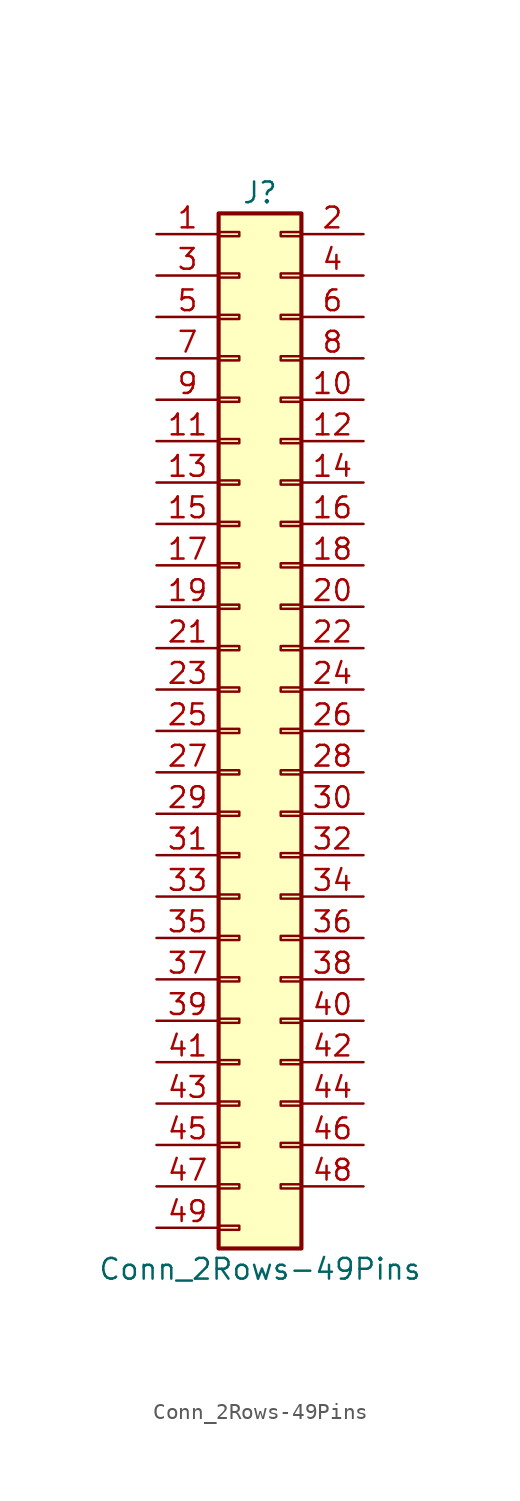
<source format=kicad_sym>
(kicad_symbol_lib
  (version 20201005)
  (generator kicad_symbol_editor)
  (symbol "Conn_2Rows-49Pins"
    (pin_names
      (offset 1.016) hide)
    (property "Reference" "J"
      (at 1.27 33.02 0)
      (effects (font (size 1.27 1.27))))
    (property "Value" "Conn_2Rows-49Pins"
      (at 1.27 -33.02 0)
      (effects (font (size 1.27 1.27))))
    (symbol "Conn_2Rows-49Pins_1_1"
      (rectangle (start -1.27 -30.353) (end 0 -30.607) (stroke (width 0.152)) (fill (type none)))
      (rectangle (start -1.27 -27.813) (end 0 -28.067) (stroke (width 0.152)) (fill (type none)))
      (rectangle (start -1.27 -25.273) (end 0 -25.527) (stroke (width 0.152)) (fill (type none)))
      (rectangle (start -1.27 -22.733) (end 0 -22.987) (stroke (width 0.152)) (fill (type none)))
      (rectangle (start -1.27 -20.193) (end 0 -20.447) (stroke (width 0.152)) (fill (type none)))
      (rectangle (start -1.27 -17.653) (end 0 -17.907) (stroke (width 0.152)) (fill (type none)))
      (rectangle (start -1.27 -15.113) (end 0 -15.367) (stroke (width 0.152)) (fill (type none)))
      (rectangle (start -1.27 -12.573) (end 0 -12.827) (stroke (width 0.152)) (fill (type none)))
      (rectangle (start -1.27 -10.033) (end 0 -10.287) (stroke (width 0.152)) (fill (type none)))
      (rectangle (start -1.27 -7.493) (end 0 -7.747) (stroke (width 0.152)) (fill (type none)))
      (rectangle (start -1.27 -4.953) (end 0 -5.207) (stroke (width 0.152)) (fill (type none)))
      (rectangle (start -1.27 -2.413) (end 0 -2.667) (stroke (width 0.152)) (fill (type none)))
      (rectangle (start -1.27 0.127) (end 0 -0.127) (stroke (width 0.152)) (fill (type none)))
      (rectangle (start -1.27 2.667) (end 0 2.413) (stroke (width 0.152)) (fill (type none)))
      (rectangle (start -1.27 5.207) (end 0 4.953) (stroke (width 0.152)) (fill (type none)))
      (rectangle (start -1.27 7.747) (end 0 7.493) (stroke (width 0.152)) (fill (type none)))
      (rectangle (start -1.27 10.287) (end 0 10.033) (stroke (width 0.152)) (fill (type none)))
      (rectangle (start -1.27 12.827) (end 0 12.573) (stroke (width 0.152)) (fill (type none)))
      (rectangle (start -1.27 15.367) (end 0 15.113) (stroke (width 0.152)) (fill (type none)))
      (rectangle (start -1.27 17.907) (end 0 17.653) (stroke (width 0.152)) (fill (type none)))
      (rectangle (start -1.27 20.447) (end 0 20.193) (stroke (width 0.152)) (fill (type none)))
      (rectangle (start -1.27 22.987) (end 0 22.733) (stroke (width 0.152)) (fill (type none)))
      (rectangle (start -1.27 25.527) (end 0 25.273) (stroke (width 0.152)) (fill (type none)))
      (rectangle (start -1.27 28.067) (end 0 27.813) (stroke (width 0.152)) (fill (type none)))
      (rectangle (start -1.27 30.607) (end 0 30.353) (stroke (width 0.152)) (fill (type none)))
      (rectangle (start -1.27 31.75) (end 3.81 -31.75) (stroke (width 0.254)) (fill (type background)))
      (rectangle (start 3.81 -27.813) (end 2.54 -28.067) (stroke (width 0.152)) (fill (type none)))
      (rectangle (start 3.81 -25.273) (end 2.54 -25.527) (stroke (width 0.152)) (fill (type none)))
      (rectangle (start 3.81 -22.733) (end 2.54 -22.987) (stroke (width 0.152)) (fill (type none)))
      (rectangle (start 3.81 -20.193) (end 2.54 -20.447) (stroke (width 0.152)) (fill (type none)))
      (rectangle (start 3.81 -17.653) (end 2.54 -17.907) (stroke (width 0.152)) (fill (type none)))
      (rectangle (start 3.81 -15.113) (end 2.54 -15.367) (stroke (width 0.152)) (fill (type none)))
      (rectangle (start 3.81 -12.573) (end 2.54 -12.827) (stroke (width 0.152)) (fill (type none)))
      (rectangle (start 3.81 -10.033) (end 2.54 -10.287) (stroke (width 0.152)) (fill (type none)))
      (rectangle (start 3.81 -7.493) (end 2.54 -7.747) (stroke (width 0.152)) (fill (type none)))
      (rectangle (start 3.81 -4.953) (end 2.54 -5.207) (stroke (width 0.152)) (fill (type none)))
      (rectangle (start 3.81 -2.413) (end 2.54 -2.667) (stroke (width 0.152)) (fill (type none)))
      (rectangle (start 3.81 0.127) (end 2.54 -0.127) (stroke (width 0.152)) (fill (type none)))
      (rectangle (start 3.81 2.667) (end 2.54 2.413) (stroke (width 0.152)) (fill (type none)))
      (rectangle (start 3.81 5.207) (end 2.54 4.953) (stroke (width 0.152)) (fill (type none)))
      (rectangle (start 3.81 7.747) (end 2.54 7.493) (stroke (width 0.152)) (fill (type none)))
      (rectangle (start 3.81 10.287) (end 2.54 10.033) (stroke (width 0.152)) (fill (type none)))
      (rectangle (start 3.81 12.827) (end 2.54 12.573) (stroke (width 0.152)) (fill (type none)))
      (rectangle (start 3.81 15.367) (end 2.54 15.113) (stroke (width 0.152)) (fill (type none)))
      (rectangle (start 3.81 17.907) (end 2.54 17.653) (stroke (width 0.152)) (fill (type none)))
      (rectangle (start 3.81 20.447) (end 2.54 20.193) (stroke (width 0.152)) (fill (type none)))
      (rectangle (start 3.81 22.987) (end 2.54 22.733) (stroke (width 0.152)) (fill (type none)))
      (rectangle (start 3.81 25.527) (end 2.54 25.273) (stroke (width 0.152)) (fill (type none)))
      (rectangle (start 3.81 28.067) (end 2.54 27.813) (stroke (width 0.152)) (fill (type none)))
      (rectangle (start 3.81 30.607) (end 2.54 30.353) (stroke (width 0.152)) (fill (type none)))
      (pin passive line (at -5.08 30.48 0) (length 3.81) (name "Pin_1" (effects (font (size 1.27 1.27)))) (number "1" (effects (font (size 1.27 1.27)))))
      (pin passive line (at 7.62 20.32 180) (length 3.81) (name "Pin_10" (effects (font (size 1.27 1.27)))) (number "10" (effects (font (size 1.27 1.27)))))
      (pin passive line (at -5.08 17.78 0) (length 3.81) (name "Pin_11" (effects (font (size 1.27 1.27)))) (number "11" (effects (font (size 1.27 1.27)))))
      (pin passive line (at 7.62 17.78 180) (length 3.81) (name "Pin_12" (effects (font (size 1.27 1.27)))) (number "12" (effects (font (size 1.27 1.27)))))
      (pin passive line (at -5.08 15.24 0) (length 3.81) (name "Pin_13" (effects (font (size 1.27 1.27)))) (number "13" (effects (font (size 1.27 1.27)))))
      (pin passive line (at 7.62 15.24 180) (length 3.81) (name "Pin_14" (effects (font (size 1.27 1.27)))) (number "14" (effects (font (size 1.27 1.27)))))
      (pin passive line (at -5.08 12.7 0) (length 3.81) (name "Pin_15" (effects (font (size 1.27 1.27)))) (number "15" (effects (font (size 1.27 1.27)))))
      (pin passive line (at 7.62 12.7 180) (length 3.81) (name "Pin_16" (effects (font (size 1.27 1.27)))) (number "16" (effects (font (size 1.27 1.27)))))
      (pin passive line (at -5.08 10.16 0) (length 3.81) (name "Pin_17" (effects (font (size 1.27 1.27)))) (number "17" (effects (font (size 1.27 1.27)))))
      (pin passive line (at 7.62 10.16 180) (length 3.81) (name "Pin_18" (effects (font (size 1.27 1.27)))) (number "18" (effects (font (size 1.27 1.27)))))
      (pin passive line (at -5.08 7.62 0) (length 3.81) (name "Pin_19" (effects (font (size 1.27 1.27)))) (number "19" (effects (font (size 1.27 1.27)))))
      (pin passive line (at 7.62 30.48 180) (length 3.81) (name "Pin_2" (effects (font (size 1.27 1.27)))) (number "2" (effects (font (size 1.27 1.27)))))
      (pin passive line (at 7.62 7.62 180) (length 3.81) (name "Pin_20" (effects (font (size 1.27 1.27)))) (number "20" (effects (font (size 1.27 1.27)))))
      (pin passive line (at -5.08 5.08 0) (length 3.81) (name "Pin_21" (effects (font (size 1.27 1.27)))) (number "21" (effects (font (size 1.27 1.27)))))
      (pin passive line (at 7.62 5.08 180) (length 3.81) (name "Pin_22" (effects (font (size 1.27 1.27)))) (number "22" (effects (font (size 1.27 1.27)))))
      (pin passive line (at -5.08 2.54 0) (length 3.81) (name "Pin_23" (effects (font (size 1.27 1.27)))) (number "23" (effects (font (size 1.27 1.27)))))
      (pin passive line (at 7.62 2.54 180) (length 3.81) (name "Pin_24" (effects (font (size 1.27 1.27)))) (number "24" (effects (font (size 1.27 1.27)))))
      (pin passive line (at -5.08 0 0) (length 3.81) (name "Pin_25" (effects (font (size 1.27 1.27)))) (number "25" (effects (font (size 1.27 1.27)))))
      (pin passive line (at 7.62 0 180) (length 3.81) (name "Pin_26" (effects (font (size 1.27 1.27)))) (number "26" (effects (font (size 1.27 1.27)))))
      (pin passive line (at -5.08 -2.54 0) (length 3.81) (name "Pin_27" (effects (font (size 1.27 1.27)))) (number "27" (effects (font (size 1.27 1.27)))))
      (pin passive line (at 7.62 -2.54 180) (length 3.81) (name "Pin_28" (effects (font (size 1.27 1.27)))) (number "28" (effects (font (size 1.27 1.27)))))
      (pin passive line (at -5.08 -5.08 0) (length 3.81) (name "Pin_29" (effects (font (size 1.27 1.27)))) (number "29" (effects (font (size 1.27 1.27)))))
      (pin passive line (at -5.08 27.94 0) (length 3.81) (name "Pin_3" (effects (font (size 1.27 1.27)))) (number "3" (effects (font (size 1.27 1.27)))))
      (pin passive line (at 7.62 -5.08 180) (length 3.81) (name "Pin_30" (effects (font (size 1.27 1.27)))) (number "30" (effects (font (size 1.27 1.27)))))
      (pin passive line (at -5.08 -7.62 0) (length 3.81) (name "Pin_31" (effects (font (size 1.27 1.27)))) (number "31" (effects (font (size 1.27 1.27)))))
      (pin passive line (at 7.62 -7.62 180) (length 3.81) (name "Pin_32" (effects (font (size 1.27 1.27)))) (number "32" (effects (font (size 1.27 1.27)))))
      (pin passive line (at -5.08 -10.16 0) (length 3.81) (name "Pin_33" (effects (font (size 1.27 1.27)))) (number "33" (effects (font (size 1.27 1.27)))))
      (pin passive line (at 7.62 -10.16 180) (length 3.81) (name "Pin_34" (effects (font (size 1.27 1.27)))) (number "34" (effects (font (size 1.27 1.27)))))
      (pin passive line (at -5.08 -12.7 0) (length 3.81) (name "Pin_35" (effects (font (size 1.27 1.27)))) (number "35" (effects (font (size 1.27 1.27)))))
      (pin passive line (at 7.62 -12.7 180) (length 3.81) (name "Pin_36" (effects (font (size 1.27 1.27)))) (number "36" (effects (font (size 1.27 1.27)))))
      (pin passive line (at -5.08 -15.24 0) (length 3.81) (name "Pin_37" (effects (font (size 1.27 1.27)))) (number "37" (effects (font (size 1.27 1.27)))))
      (pin passive line (at 7.62 -15.24 180) (length 3.81) (name "Pin_38" (effects (font (size 1.27 1.27)))) (number "38" (effects (font (size 1.27 1.27)))))
      (pin passive line (at -5.08 -17.78 0) (length 3.81) (name "Pin_39" (effects (font (size 1.27 1.27)))) (number "39" (effects (font (size 1.27 1.27)))))
      (pin passive line (at 7.62 27.94 180) (length 3.81) (name "Pin_4" (effects (font (size 1.27 1.27)))) (number "4" (effects (font (size 1.27 1.27)))))
      (pin passive line (at 7.62 -17.78 180) (length 3.81) (name "Pin_40" (effects (font (size 1.27 1.27)))) (number "40" (effects (font (size 1.27 1.27)))))
      (pin passive line (at -5.08 -20.32 0) (length 3.81) (name "Pin_41" (effects (font (size 1.27 1.27)))) (number "41" (effects (font (size 1.27 1.27)))))
      (pin passive line (at 7.62 -20.32 180) (length 3.81) (name "Pin_42" (effects (font (size 1.27 1.27)))) (number "42" (effects (font (size 1.27 1.27)))))
      (pin passive line (at -5.08 -22.86 0) (length 3.81) (name "Pin_43" (effects (font (size 1.27 1.27)))) (number "43" (effects (font (size 1.27 1.27)))))
      (pin passive line (at 7.62 -22.86 180) (length 3.81) (name "Pin_44" (effects (font (size 1.27 1.27)))) (number "44" (effects (font (size 1.27 1.27)))))
      (pin passive line (at -5.08 -25.4 0) (length 3.81) (name "Pin_45" (effects (font (size 1.27 1.27)))) (number "45" (effects (font (size 1.27 1.27)))))
      (pin passive line (at 7.62 -25.4 180) (length 3.81) (name "Pin_46" (effects (font (size 1.27 1.27)))) (number "46" (effects (font (size 1.27 1.27)))))
      (pin passive line (at -5.08 -27.94 0) (length 3.81) (name "Pin_47" (effects (font (size 1.27 1.27)))) (number "47" (effects (font (size 1.27 1.27)))))
      (pin passive line (at 7.62 -27.94 180) (length 3.81) (name "Pin_48" (effects (font (size 1.27 1.27)))) (number "48" (effects (font (size 1.27 1.27)))))
      (pin passive line (at -5.08 -30.48 0) (length 3.81) (name "Pin_49" (effects (font (size 1.27 1.27)))) (number "49" (effects (font (size 1.27 1.27)))))
      (pin passive line (at -5.08 25.4 0) (length 3.81) (name "Pin_5" (effects (font (size 1.27 1.27)))) (number "5" (effects (font (size 1.27 1.27)))))
      (pin passive line (at 7.62 25.4 180) (length 3.81) (name "Pin_6" (effects (font (size 1.27 1.27)))) (number "6" (effects (font (size 1.27 1.27)))))
      (pin passive line (at -5.08 22.86 0) (length 3.81) (name "Pin_7" (effects (font (size 1.27 1.27)))) (number "7" (effects (font (size 1.27 1.27)))))
      (pin passive line (at 7.62 22.86 180) (length 3.81) (name "Pin_8" (effects (font (size 1.27 1.27)))) (number "8" (effects (font (size 1.27 1.27)))))
      (pin passive line (at -5.08 20.32 0) (length 3.81) (name "Pin_9" (effects (font (size 1.27 1.27)))) (number "9" (effects (font (size 1.27 1.27))))))))
</source>
